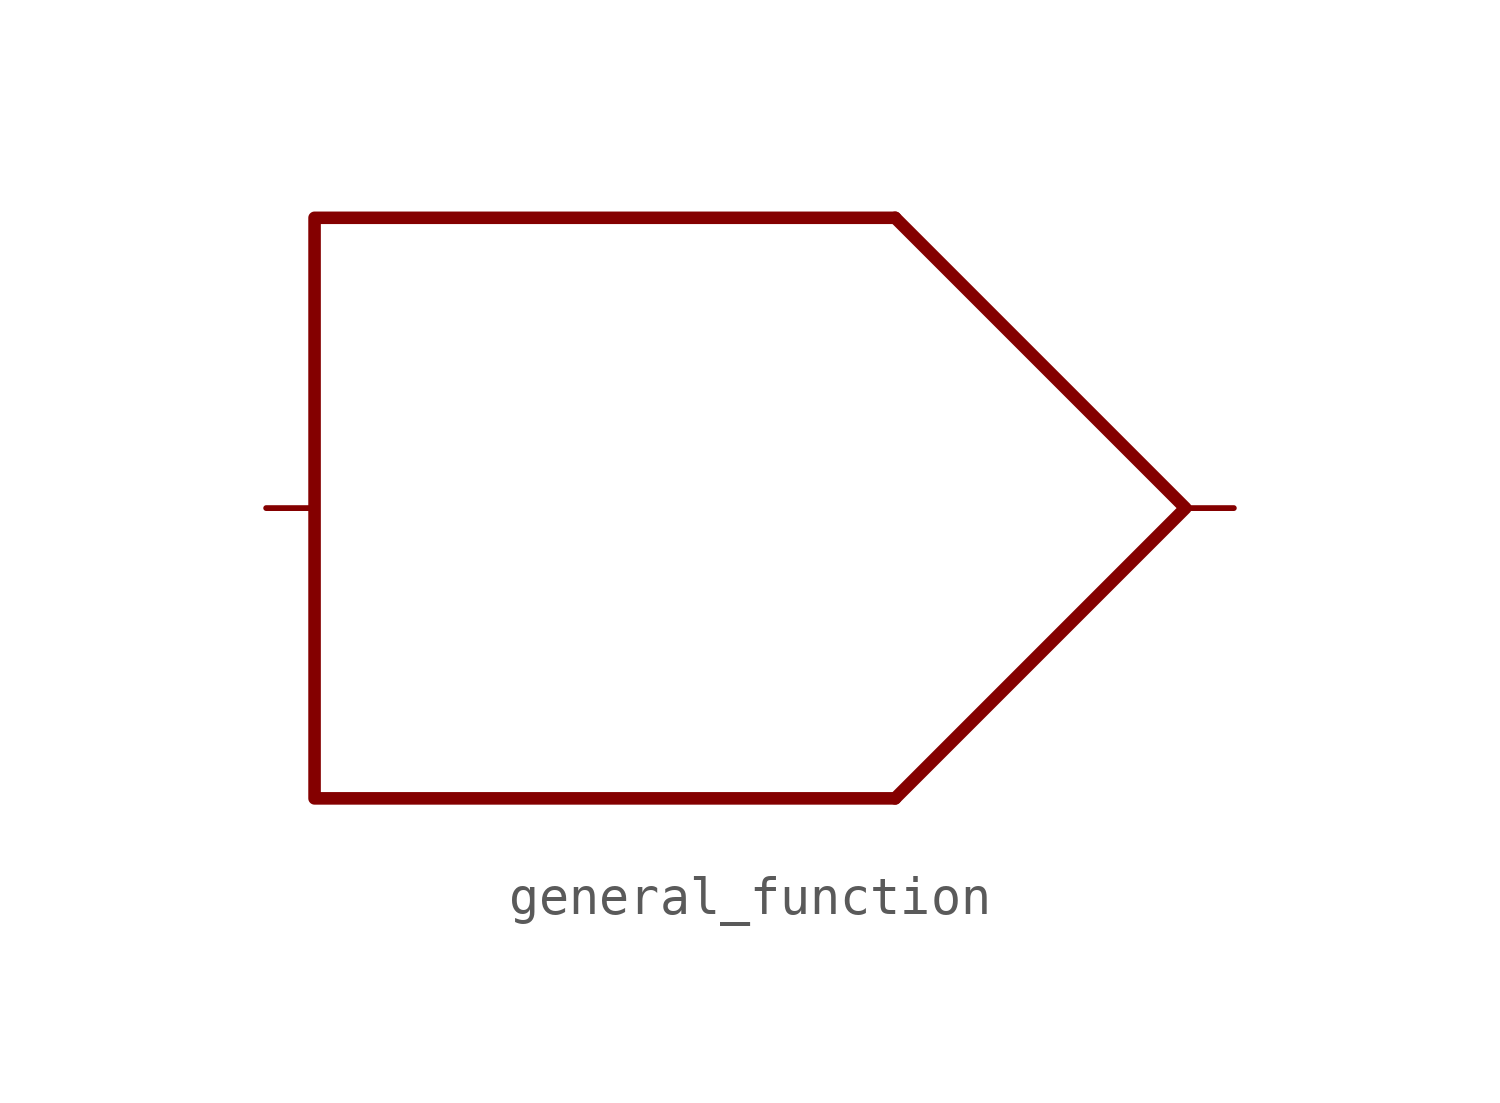
<source format=kicad_sym>
(kicad_symbol_lib
  (version 20211014)
  (generator kicad_symbol_editor)
  (symbol "general_function"
    (property "Reference" "U"
      (at 3.81 12.7 0)
      (effects (font (size 1.27 1.27)) hide))
    (symbol "general_function_0_0"
      (polyline (pts (xy 0 7.62) (xy -15.24 7.62) (xy -15.24 -7.62) (xy 0 -7.62)) (stroke (width 0.33) (type default) (color 0 0 0 0)) (fill (type none))))
    (symbol "general_function_0_1"
      (polyline (pts (xy 0 7.62) (xy 7.62 0) (xy 0 -7.62)) (stroke (width 0.33) (type default) (color 0 0 0 0)) (fill (type none))))
    (symbol "general_function_1_1"
      (pin input line (at -16.51 0 0) (length 1.27) (name "" (effects (font (size 1.27 1.27)))) (number "" (effects (font (size 1.27 1.27)))))
      (pin output line (at 8.89 0 180) (length 1.27) (name "" (effects (font (size 1.27 1.27)))) (number "" (effects (font (size 1.27 1.27))))))))
</source>
